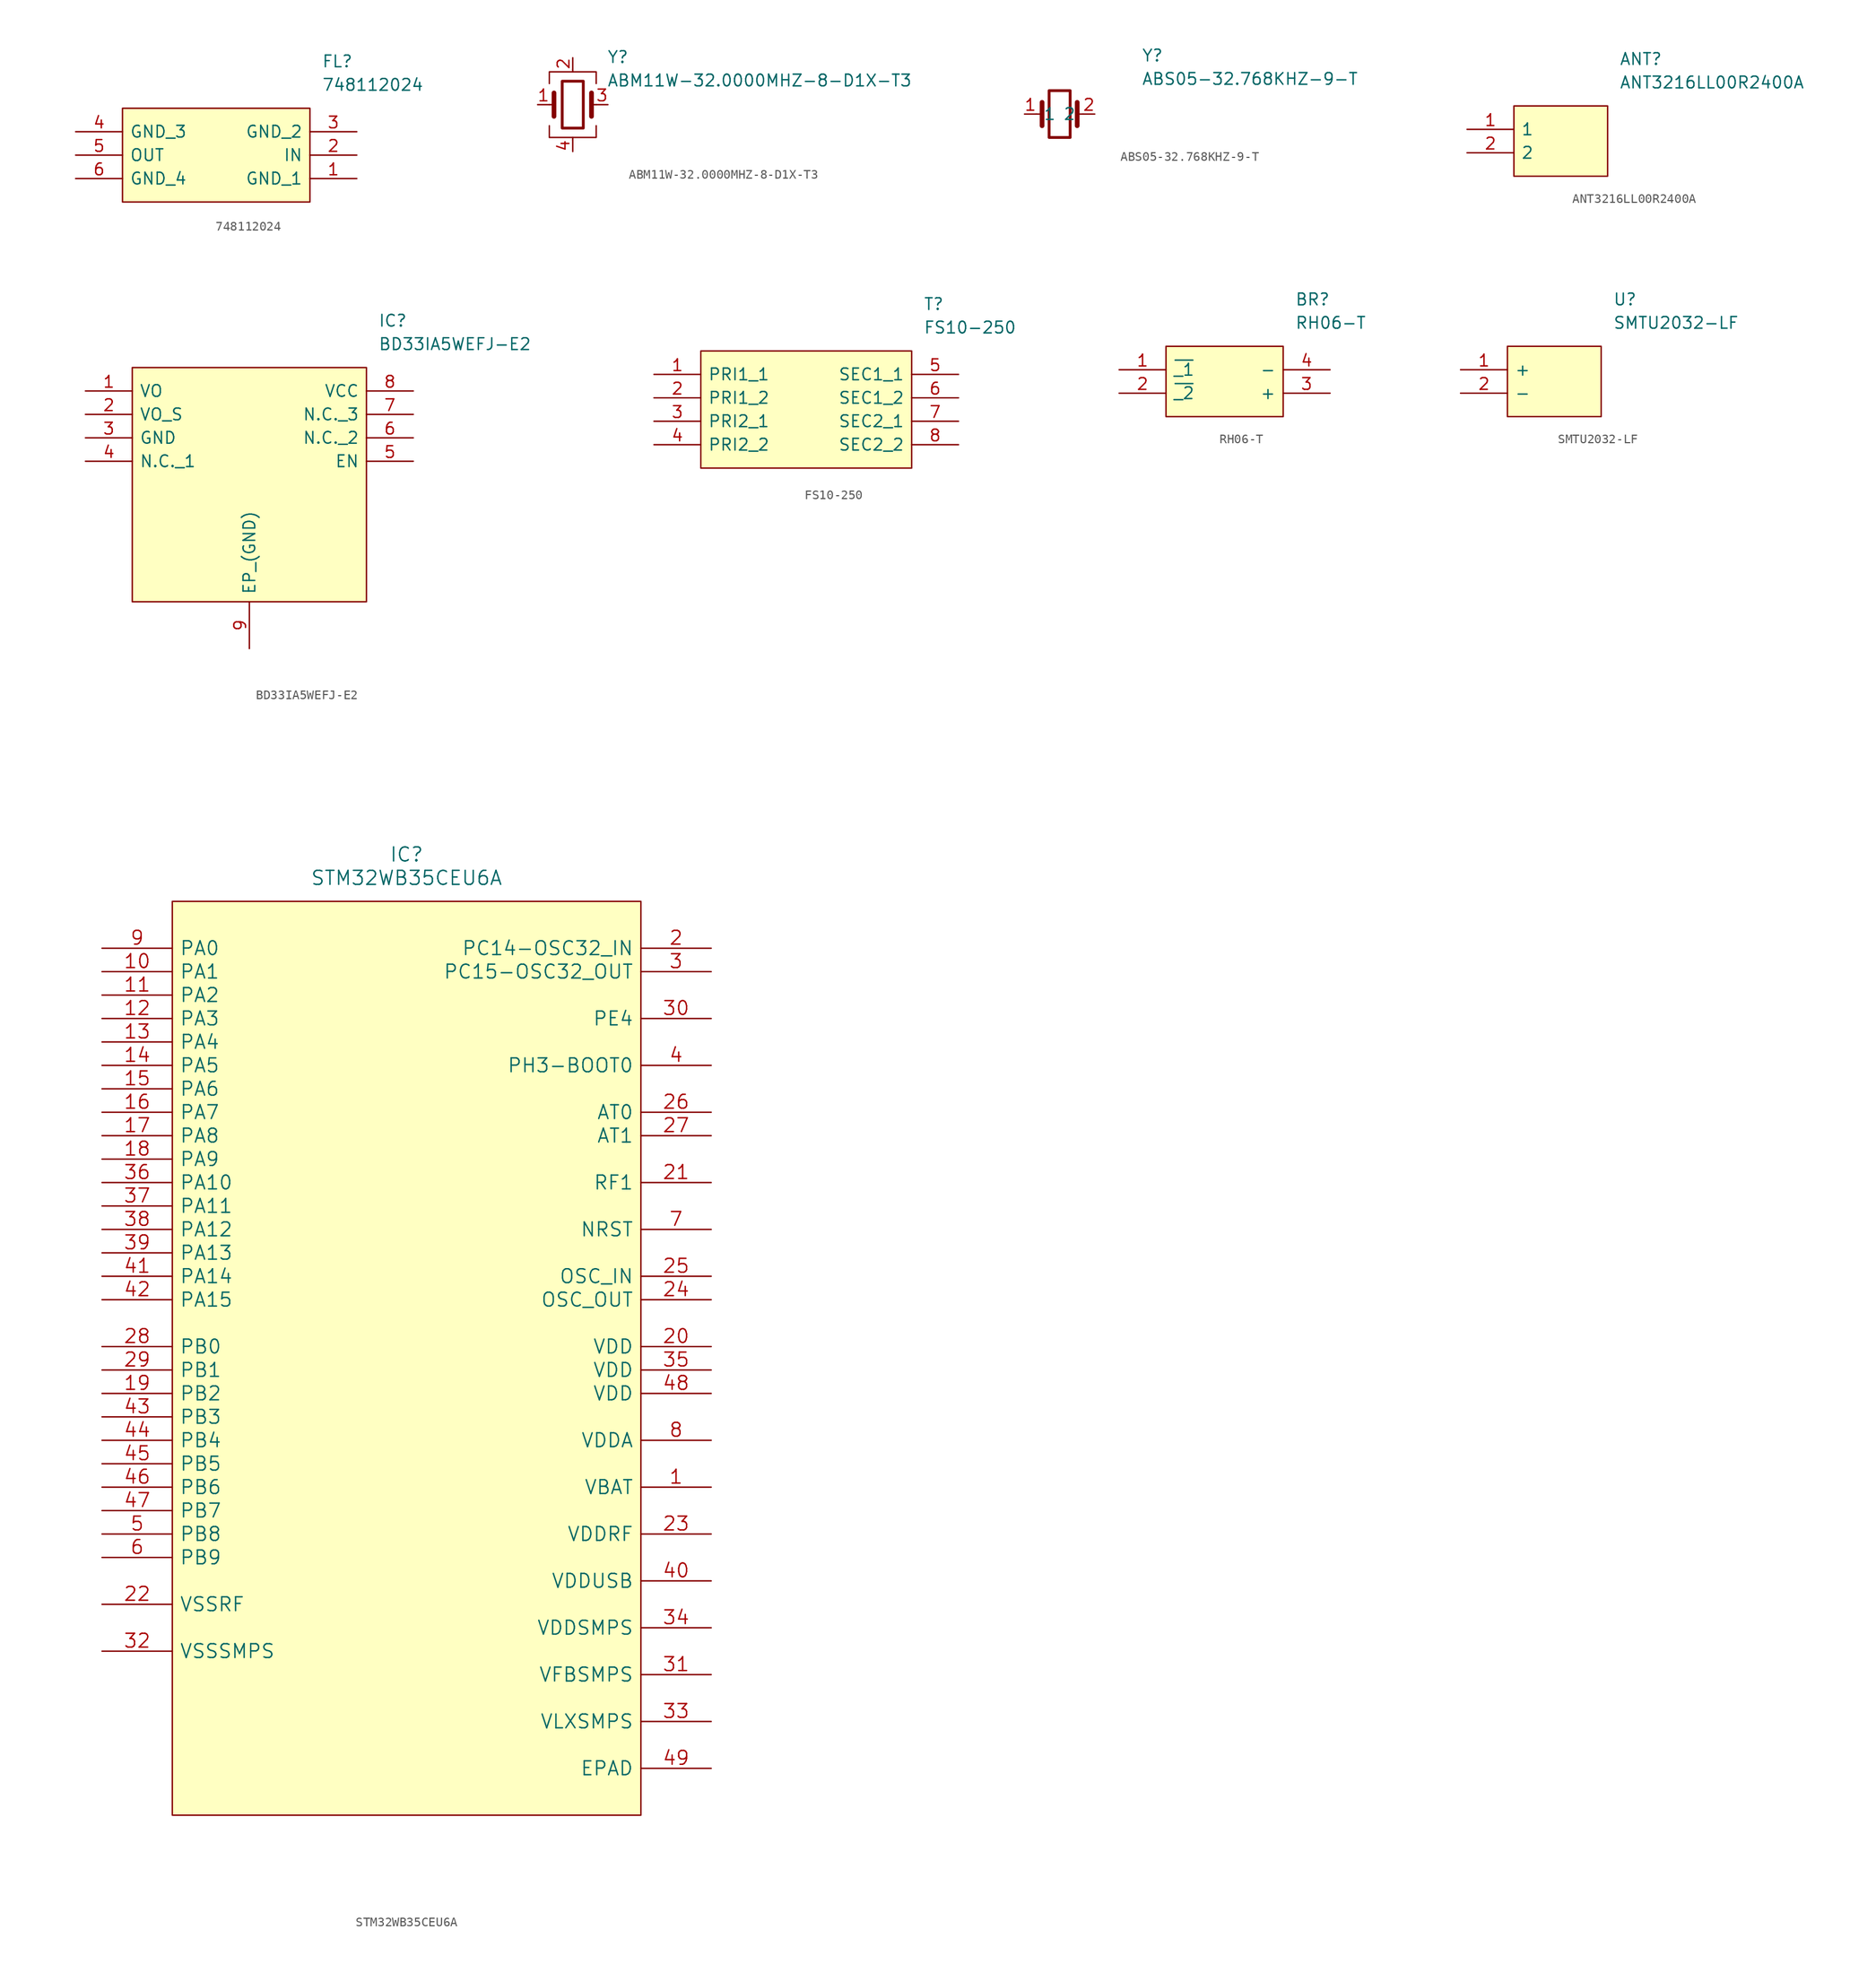
<source format=kicad_sym>
(kicad_symbol_lib
  (version 20211014)
  (generator kicad_symbol_editor)
  (symbol "748112024"
    (pin_names
      (offset 0.762))
    (property "Reference" "FL"
      (at 26.67 7.62 0)
      (effects (font (size 1.27 1.27)) (justify left)))
    (property "Value" "748112024"
      (at 26.67 5.08 0)
      (effects (font (size 1.27 1.27)) (justify left)))
    (symbol "748112024_0_0"
      (pin passive line (at 30.48 -5.08 180) (length 5.08) (name "GND_1" (effects (font (size 1.27 1.27)))) (number "1" (effects (font (size 1.27 1.27)))))
      (pin passive line (at 30.48 -2.54 180) (length 5.08) (name "IN" (effects (font (size 1.27 1.27)))) (number "2" (effects (font (size 1.27 1.27)))))
      (pin passive line (at 30.48 0 180) (length 5.08) (name "GND_2" (effects (font (size 1.27 1.27)))) (number "3" (effects (font (size 1.27 1.27)))))
      (pin passive line (at 0 0 0) (length 5.08) (name "GND_3" (effects (font (size 1.27 1.27)))) (number "4" (effects (font (size 1.27 1.27)))))
      (pin passive line (at 0 -2.54 0) (length 5.08) (name "OUT" (effects (font (size 1.27 1.27)))) (number "5" (effects (font (size 1.27 1.27)))))
      (pin passive line (at 0 -5.08 0) (length 5.08) (name "GND_4" (effects (font (size 1.27 1.27)))) (number "6" (effects (font (size 1.27 1.27))))))
    (symbol "748112024_0_1"
      (polyline (pts (xy 5.08 2.54) (xy 25.4 2.54) (xy 25.4 -7.62) (xy 5.08 -7.62) (xy 5.08 2.54)) (stroke (width 0.152) (type default) (color 0 0 0 0)) (fill (type background)))))
  (symbol "ABM11W-32.0000MHZ-8-D1X-T3"
    (pin_names
      (offset 1.016) hide)
    (property "Reference" "Y"
      (at 3.708 5.156 0)
      (effects (font (size 1.27 1.27)) (justify left)))
    (property "Value" "ABM11W-32.0000MHZ-8-D1X-T3"
      (at 3.708 2.616 0)
      (effects (font (size 1.27 1.27)) (justify left)))
    (symbol "ABM11W-32.0000MHZ-8-D1X-T3_0_1"
      (rectangle (start -1.143 2.54) (end 1.143 -2.54) (stroke (width 0.305) (type default) (color 0 0 0 0)) (fill (type none)))
      (polyline (pts (xy -2.54 0) (xy -2.032 0)) (stroke (width 0) (type default) (color 0 0 0 0)) (fill (type none)))
      (polyline (pts (xy -2.032 -1.27) (xy -2.032 1.27)) (stroke (width 0.508) (type default) (color 0 0 0 0)) (fill (type none)))
      (polyline (pts (xy 0 -3.81) (xy 0 -3.556)) (stroke (width 0) (type default) (color 0 0 0 0)) (fill (type none)))
      (polyline (pts (xy 0 3.556) (xy 0 3.81)) (stroke (width 0) (type default) (color 0 0 0 0)) (fill (type none)))
      (polyline (pts (xy 2.032 -1.27) (xy 2.032 1.27)) (stroke (width 0.508) (type default) (color 0 0 0 0)) (fill (type none)))
      (polyline (pts (xy 2.032 0) (xy 2.54 0)) (stroke (width 0) (type default) (color 0 0 0 0)) (fill (type none)))
      (polyline (pts (xy -2.54 -2.286) (xy -2.54 -3.556) (xy 2.54 -3.556) (xy 2.54 -2.286)) (stroke (width 0) (type default) (color 0 0 0 0)) (fill (type none)))
      (polyline (pts (xy -2.54 2.286) (xy -2.54 3.556) (xy 2.54 3.556) (xy 2.54 2.286)) (stroke (width 0) (type default) (color 0 0 0 0)) (fill (type none))))
    (symbol "ABM11W-32.0000MHZ-8-D1X-T3_1_1"
      (pin passive line (at -3.81 0 0) (length 1.27) (name "1" (effects (font (size 1.27 1.27)))) (number "1" (effects (font (size 1.27 1.27)))))
      (pin passive line (at 0 5.08 270) (length 1.27) (name "2" (effects (font (size 1.27 1.27)))) (number "2" (effects (font (size 1.27 1.27)))))
      (pin passive line (at 3.81 0 180) (length 1.27) (name "3" (effects (font (size 1.27 1.27)))) (number "3" (effects (font (size 1.27 1.27)))))
      (pin passive line (at 0 -5.08 90) (length 1.27) (name "4" (effects (font (size 1.27 1.27)))) (number "4" (effects (font (size 1.27 1.27)))))))
  (symbol "ABS05-32.768KHZ-9-T"
    (pin_names
      (offset 0.762))
    (property "Reference" "Y"
      (at 8.89 6.35 0)
      (effects (font (size 1.27 1.27)) (justify left)))
    (property "Value" "ABS05-32.768KHZ-9-T"
      (at 8.89 3.81 0)
      (effects (font (size 1.27 1.27)) (justify left)))
    (symbol "ABS05-32.768KHZ-9-T_0_1"
      (rectangle (start -1.143 2.54) (end 1.143 -2.54) (stroke (width 0.305) (type default) (color 0 0 0 0)) (fill (type none)))
      (polyline (pts (xy -2.54 0) (xy -1.905 0)) (stroke (width 0) (type default) (color 0 0 0 0)) (fill (type none)))
      (polyline (pts (xy -1.905 -1.27) (xy -1.905 1.27)) (stroke (width 0.508) (type default) (color 0 0 0 0)) (fill (type none)))
      (polyline (pts (xy 1.905 -1.27) (xy 1.905 1.27)) (stroke (width 0.508) (type default) (color 0 0 0 0)) (fill (type none)))
      (polyline (pts (xy 2.54 0) (xy 1.905 0)) (stroke (width 0) (type default) (color 0 0 0 0)) (fill (type none))))
    (symbol "ABS05-32.768KHZ-9-T_1_1"
      (pin passive line (at -3.81 0 0) (length 1.27) (name "1" (effects (font (size 1.27 1.27)))) (number "1" (effects (font (size 1.27 1.27)))))
      (pin passive line (at 3.81 0 180) (length 1.27) (name "2" (effects (font (size 1.27 1.27)))) (number "2" (effects (font (size 1.27 1.27)))))))
  (symbol "ANT3216LL00R2400A"
    (pin_names
      (offset 0.762))
    (property "Reference" "ANT"
      (at 16.51 7.62 0)
      (effects (font (size 1.27 1.27)) (justify left)))
    (property "Value" "ANT3216LL00R2400A"
      (at 16.51 5.08 0)
      (effects (font (size 1.27 1.27)) (justify left)))
    (symbol "ANT3216LL00R2400A_0_0"
      (pin passive line (at 0 0 0) (length 5.08) (name "1" (effects (font (size 1.27 1.27)))) (number "1" (effects (font (size 1.27 1.27)))))
      (pin passive line (at 0 -2.54 0) (length 5.08) (name "2" (effects (font (size 1.27 1.27)))) (number "2" (effects (font (size 1.27 1.27))))))
    (symbol "ANT3216LL00R2400A_0_1"
      (polyline (pts (xy 5.08 2.54) (xy 15.24 2.54) (xy 15.24 -5.08) (xy 5.08 -5.08) (xy 5.08 2.54)) (stroke (width 0.152) (type default) (color 0 0 0 0)) (fill (type background)))))
  (symbol "BD33IA5WEFJ-E2"
    (pin_names
      (offset 0.762))
    (property "Reference" "IC"
      (at 31.75 7.62 0)
      (effects (font (size 1.27 1.27)) (justify left)))
    (property "Value" "BD33IA5WEFJ-E2"
      (at 31.75 5.08 0)
      (effects (font (size 1.27 1.27)) (justify left)))
    (symbol "BD33IA5WEFJ-E2_0_0"
      (pin power_out line (at 0 0 0) (length 5.08) (name "VO" (effects (font (size 1.27 1.27)))) (number "1" (effects (font (size 1.27 1.27)))))
      (pin passive line (at 0 -2.54 0) (length 5.08) (name "VO_S" (effects (font (size 1.27 1.27)))) (number "2" (effects (font (size 1.27 1.27)))))
      (pin passive line (at 0 -5.08 0) (length 5.08) (name "GND" (effects (font (size 1.27 1.27)))) (number "3" (effects (font (size 1.27 1.27)))))
      (pin passive line (at 0 -7.62 0) (length 5.08) (name "N.C._1" (effects (font (size 1.27 1.27)))) (number "4" (effects (font (size 1.27 1.27)))))
      (pin passive line (at 35.56 -7.62 180) (length 5.08) (name "EN" (effects (font (size 1.27 1.27)))) (number "5" (effects (font (size 1.27 1.27)))))
      (pin passive line (at 35.56 -5.08 180) (length 5.08) (name "N.C._2" (effects (font (size 1.27 1.27)))) (number "6" (effects (font (size 1.27 1.27)))))
      (pin passive line (at 35.56 -2.54 180) (length 5.08) (name "N.C._3" (effects (font (size 1.27 1.27)))) (number "7" (effects (font (size 1.27 1.27)))))
      (pin passive line (at 35.56 0 180) (length 5.08) (name "VCC" (effects (font (size 1.27 1.27)))) (number "8" (effects (font (size 1.27 1.27)))))
      (pin passive line (at 17.78 -27.94 90) (length 5.08) (name "EP_(GND)" (effects (font (size 1.27 1.27)))) (number "9" (effects (font (size 1.27 1.27))))))
    (symbol "BD33IA5WEFJ-E2_0_1"
      (polyline (pts (xy 5.08 2.54) (xy 30.48 2.54) (xy 30.48 -22.86) (xy 5.08 -22.86) (xy 5.08 2.54)) (stroke (width 0.152) (type default) (color 0 0 0 0)) (fill (type background)))))
  (symbol "FS10-250"
    (pin_names
      (offset 0.762))
    (property "Reference" "T"
      (at 29.21 7.62 0)
      (effects (font (size 1.27 1.27)) (justify left)))
    (property "Value" "FS10-250"
      (at 29.21 5.08 0)
      (effects (font (size 1.27 1.27)) (justify left)))
    (symbol "FS10-250_0_0"
      (pin passive line (at 0 0 0) (length 5.08) (name "PRI1_1" (effects (font (size 1.27 1.27)))) (number "1" (effects (font (size 1.27 1.27)))))
      (pin passive line (at 0 -2.54 0) (length 5.08) (name "PRI1_2" (effects (font (size 1.27 1.27)))) (number "2" (effects (font (size 1.27 1.27)))))
      (pin passive line (at 0 -5.08 0) (length 5.08) (name "PRI2_1" (effects (font (size 1.27 1.27)))) (number "3" (effects (font (size 1.27 1.27)))))
      (pin passive line (at 0 -7.62 0) (length 5.08) (name "PRI2_2" (effects (font (size 1.27 1.27)))) (number "4" (effects (font (size 1.27 1.27)))))
      (pin passive line (at 33.02 0 180) (length 5.08) (name "SEC1_1" (effects (font (size 1.27 1.27)))) (number "5" (effects (font (size 1.27 1.27)))))
      (pin passive line (at 33.02 -2.54 180) (length 5.08) (name "SEC1_2" (effects (font (size 1.27 1.27)))) (number "6" (effects (font (size 1.27 1.27)))))
      (pin passive line (at 33.02 -5.08 180) (length 5.08) (name "SEC2_1" (effects (font (size 1.27 1.27)))) (number "7" (effects (font (size 1.27 1.27)))))
      (pin passive line (at 33.02 -7.62 180) (length 5.08) (name "SEC2_2" (effects (font (size 1.27 1.27)))) (number "8" (effects (font (size 1.27 1.27))))))
    (symbol "FS10-250_0_1"
      (polyline (pts (xy 5.08 2.54) (xy 27.94 2.54) (xy 27.94 -10.16) (xy 5.08 -10.16) (xy 5.08 2.54)) (stroke (width 0.152) (type default) (color 0 0 0 0)) (fill (type background)))))
  (symbol "RH06-T"
    (pin_names
      (offset 0.762))
    (property "Reference" "BR"
      (at 19.05 7.62 0)
      (effects (font (size 1.27 1.27)) (justify left)))
    (property "Value" "RH06-T"
      (at 19.05 5.08 0)
      (effects (font (size 1.27 1.27)) (justify left)))
    (symbol "RH06-T_0_0"
      (pin passive line (at 0 0 0) (length 5.08) (name "~{_1}" (effects (font (size 1.27 1.27)))) (number "1" (effects (font (size 1.27 1.27)))))
      (pin passive line (at 0 -2.54 0) (length 5.08) (name "~{_2}" (effects (font (size 1.27 1.27)))) (number "2" (effects (font (size 1.27 1.27)))))
      (pin passive line (at 22.86 -2.54 180) (length 5.08) (name "+" (effects (font (size 1.27 1.27)))) (number "3" (effects (font (size 1.27 1.27)))))
      (pin power_out line (at 22.86 0 180) (length 5.08) (name "-" (effects (font (size 1.27 1.27)))) (number "4" (effects (font (size 1.27 1.27))))))
    (symbol "RH06-T_0_1"
      (polyline (pts (xy 5.08 2.54) (xy 17.78 2.54) (xy 17.78 -5.08) (xy 5.08 -5.08) (xy 5.08 2.54)) (stroke (width 0.152) (type default) (color 0 0 0 0)) (fill (type background)))))
  (symbol "SMTU2032-LF"
    (pin_names
      (offset 0.762))
    (property "Reference" "U"
      (at 16.51 7.62 0)
      (effects (font (size 1.27 1.27)) (justify left)))
    (property "Value" "SMTU2032-LF"
      (at 16.51 5.08 0)
      (effects (font (size 1.27 1.27)) (justify left)))
    (symbol "SMTU2032-LF_0_0"
      (pin power_out line (at 0 0 0) (length 5.08) (name "+" (effects (font (size 1.27 1.27)))) (number "1" (effects (font (size 1.27 1.27)))))
      (pin passive line (at 0 -2.54 0) (length 5.08) (name "-" (effects (font (size 1.27 1.27)))) (number "2" (effects (font (size 1.27 1.27))))))
    (symbol "SMTU2032-LF_0_1"
      (polyline (pts (xy 5.08 2.54) (xy 15.24 2.54) (xy 15.24 -5.08) (xy 5.08 -5.08) (xy 5.08 2.54)) (stroke (width 0.152) (type default) (color 0 0 0 0)) (fill (type background)))))
  (symbol "STM32WB35CEU6A"
    (pin_names
      (offset 0.762))
    (property "Reference" "IC"
      (at 33.02 10.16 0)
      (effects (font (size 1.524 1.524))))
    (property "Value" "STM32WB35CEU6A"
      (at 33.02 7.62 0)
      (effects (font (size 1.524 1.524))))
    (symbol "STM32WB35CEU6A_0_0"
      (polyline (pts (xy 7.62 -93.98) (xy 58.42 -93.98) (xy 58.42 5.08) (xy 7.62 5.08) (xy 7.62 -93.98)) (stroke (width 0.152) (type default) (color 0 0 0 0)) (fill (type background)))
      (pin power_in line (at 66.04 -58.42 180) (length 7.62) (name "VBAT" (effects (font (size 1.499 1.499)))) (number "1" (effects (font (size 1.499 1.499)))))
      (pin bidirectional line (at 0 -2.54 0) (length 7.62) (name "PA1" (effects (font (size 1.499 1.499)))) (number "10" (effects (font (size 1.499 1.499)))))
      (pin bidirectional line (at 0 -5.08 0) (length 7.62) (name "PA2" (effects (font (size 1.499 1.499)))) (number "11" (effects (font (size 1.499 1.499)))))
      (pin bidirectional line (at 0 -7.62 0) (length 7.62) (name "PA3" (effects (font (size 1.499 1.499)))) (number "12" (effects (font (size 1.499 1.499)))))
      (pin bidirectional line (at 0 -10.16 0) (length 7.62) (name "PA4" (effects (font (size 1.499 1.499)))) (number "13" (effects (font (size 1.499 1.499)))))
      (pin bidirectional line (at 0 -12.7 0) (length 7.62) (name "PA5" (effects (font (size 1.499 1.499)))) (number "14" (effects (font (size 1.499 1.499)))))
      (pin bidirectional line (at 0 -15.24 0) (length 7.62) (name "PA6" (effects (font (size 1.499 1.499)))) (number "15" (effects (font (size 1.499 1.499)))))
      (pin bidirectional line (at 0 -17.78 0) (length 7.62) (name "PA7" (effects (font (size 1.499 1.499)))) (number "16" (effects (font (size 1.499 1.499)))))
      (pin bidirectional line (at 0 -20.32 0) (length 7.62) (name "PA8" (effects (font (size 1.499 1.499)))) (number "17" (effects (font (size 1.499 1.499)))))
      (pin bidirectional line (at 0 -22.86 0) (length 7.62) (name "PA9" (effects (font (size 1.499 1.499)))) (number "18" (effects (font (size 1.499 1.499)))))
      (pin bidirectional line (at 0 -48.26 0) (length 7.62) (name "PB2" (effects (font (size 1.499 1.499)))) (number "19" (effects (font (size 1.499 1.499)))))
      (pin bidirectional line (at 66.04 0 180) (length 7.62) (name "PC14-OSC32_IN" (effects (font (size 1.499 1.499)))) (number "2" (effects (font (size 1.499 1.499)))))
      (pin power_in line (at 66.04 -43.18 180) (length 7.62) (name "VDD" (effects (font (size 1.499 1.499)))) (number "20" (effects (font (size 1.499 1.499)))))
      (pin bidirectional line (at 66.04 -25.4 180) (length 7.62) (name "RF1" (effects (font (size 1.499 1.499)))) (number "21" (effects (font (size 1.499 1.499)))))
      (pin power_in line (at 0 -71.12 0) (length 7.62) (name "VSSRF" (effects (font (size 1.499 1.499)))) (number "22" (effects (font (size 1.499 1.499)))))
      (pin power_in line (at 66.04 -63.5 180) (length 7.62) (name "VDDRF" (effects (font (size 1.499 1.499)))) (number "23" (effects (font (size 1.499 1.499)))))
      (pin output line (at 66.04 -38.1 180) (length 7.62) (name "OSC_OUT" (effects (font (size 1.499 1.499)))) (number "24" (effects (font (size 1.499 1.499)))))
      (pin input line (at 66.04 -35.56 180) (length 7.62) (name "OSC_IN" (effects (font (size 1.499 1.499)))) (number "25" (effects (font (size 1.499 1.499)))))
      (pin bidirectional line (at 66.04 -17.78 180) (length 7.62) (name "AT0" (effects (font (size 1.499 1.499)))) (number "26" (effects (font (size 1.499 1.499)))))
      (pin bidirectional line (at 66.04 -20.32 180) (length 7.62) (name "AT1" (effects (font (size 1.499 1.499)))) (number "27" (effects (font (size 1.499 1.499)))))
      (pin bidirectional line (at 0 -43.18 0) (length 7.62) (name "PB0" (effects (font (size 1.499 1.499)))) (number "28" (effects (font (size 1.499 1.499)))))
      (pin bidirectional line (at 0 -45.72 0) (length 7.62) (name "PB1" (effects (font (size 1.499 1.499)))) (number "29" (effects (font (size 1.499 1.499)))))
      (pin bidirectional line (at 66.04 -2.54 180) (length 7.62) (name "PC15-OSC32_OUT" (effects (font (size 1.499 1.499)))) (number "3" (effects (font (size 1.499 1.499)))))
      (pin bidirectional line (at 66.04 -7.62 180) (length 7.62) (name "PE4" (effects (font (size 1.499 1.499)))) (number "30" (effects (font (size 1.499 1.499)))))
      (pin passive line (at 66.04 -78.74 180) (length 7.62) (name "VFBSMPS" (effects (font (size 1.499 1.499)))) (number "31" (effects (font (size 1.499 1.499)))))
      (pin power_in line (at 0 -76.2 0) (length 7.62) (name "VSSSMPS" (effects (font (size 1.499 1.499)))) (number "32" (effects (font (size 1.499 1.499)))))
      (pin passive line (at 66.04 -83.82 180) (length 7.62) (name "VLXSMPS" (effects (font (size 1.499 1.499)))) (number "33" (effects (font (size 1.499 1.499)))))
      (pin power_in line (at 66.04 -73.66 180) (length 7.62) (name "VDDSMPS" (effects (font (size 1.499 1.499)))) (number "34" (effects (font (size 1.499 1.499)))))
      (pin power_in line (at 66.04 -45.72 180) (length 7.62) (name "VDD" (effects (font (size 1.499 1.499)))) (number "35" (effects (font (size 1.499 1.499)))))
      (pin bidirectional line (at 0 -25.4 0) (length 7.62) (name "PA10" (effects (font (size 1.499 1.499)))) (number "36" (effects (font (size 1.499 1.499)))))
      (pin bidirectional line (at 0 -27.94 0) (length 7.62) (name "PA11" (effects (font (size 1.499 1.499)))) (number "37" (effects (font (size 1.499 1.499)))))
      (pin bidirectional line (at 0 -30.48 0) (length 7.62) (name "PA12" (effects (font (size 1.499 1.499)))) (number "38" (effects (font (size 1.499 1.499)))))
      (pin bidirectional line (at 0 -33.02 0) (length 7.62) (name "PA13" (effects (font (size 1.499 1.499)))) (number "39" (effects (font (size 1.499 1.499)))))
      (pin bidirectional line (at 66.04 -12.7 180) (length 7.62) (name "PH3-BOOT0" (effects (font (size 1.499 1.499)))) (number "4" (effects (font (size 1.499 1.499)))))
      (pin power_in line (at 66.04 -68.58 180) (length 7.62) (name "VDDUSB" (effects (font (size 1.499 1.499)))) (number "40" (effects (font (size 1.499 1.499)))))
      (pin bidirectional line (at 0 -35.56 0) (length 7.62) (name "PA14" (effects (font (size 1.499 1.499)))) (number "41" (effects (font (size 1.499 1.499)))))
      (pin bidirectional line (at 0 -38.1 0) (length 7.62) (name "PA15" (effects (font (size 1.499 1.499)))) (number "42" (effects (font (size 1.499 1.499)))))
      (pin bidirectional line (at 0 -50.8 0) (length 7.62) (name "PB3" (effects (font (size 1.499 1.499)))) (number "43" (effects (font (size 1.499 1.499)))))
      (pin bidirectional line (at 0 -53.34 0) (length 7.62) (name "PB4" (effects (font (size 1.499 1.499)))) (number "44" (effects (font (size 1.499 1.499)))))
      (pin bidirectional line (at 0 -55.88 0) (length 7.62) (name "PB5" (effects (font (size 1.499 1.499)))) (number "45" (effects (font (size 1.499 1.499)))))
      (pin bidirectional line (at 0 -58.42 0) (length 7.62) (name "PB6" (effects (font (size 1.499 1.499)))) (number "46" (effects (font (size 1.499 1.499)))))
      (pin bidirectional line (at 0 -60.96 0) (length 7.62) (name "PB7" (effects (font (size 1.499 1.499)))) (number "47" (effects (font (size 1.499 1.499)))))
      (pin power_in line (at 66.04 -48.26 180) (length 7.62) (name "VDD" (effects (font (size 1.499 1.499)))) (number "48" (effects (font (size 1.499 1.499)))))
      (pin power_in line (at 66.04 -88.9 180) (length 7.62) (name "EPAD" (effects (font (size 1.499 1.499)))) (number "49" (effects (font (size 1.499 1.499)))))
      (pin bidirectional line (at 0 -63.5 0) (length 7.62) (name "PB8" (effects (font (size 1.499 1.499)))) (number "5" (effects (font (size 1.499 1.499)))))
      (pin bidirectional line (at 0 -66.04 0) (length 7.62) (name "PB9" (effects (font (size 1.499 1.499)))) (number "6" (effects (font (size 1.499 1.499)))))
      (pin bidirectional line (at 66.04 -30.48 180) (length 7.62) (name "NRST" (effects (font (size 1.499 1.499)))) (number "7" (effects (font (size 1.499 1.499)))))
      (pin power_in line (at 66.04 -53.34 180) (length 7.62) (name "VDDA" (effects (font (size 1.499 1.499)))) (number "8" (effects (font (size 1.499 1.499)))))
      (pin bidirectional line (at 0 0 0) (length 7.62) (name "PA0" (effects (font (size 1.499 1.499)))) (number "9" (effects (font (size 1.499 1.499))))))))
</source>
